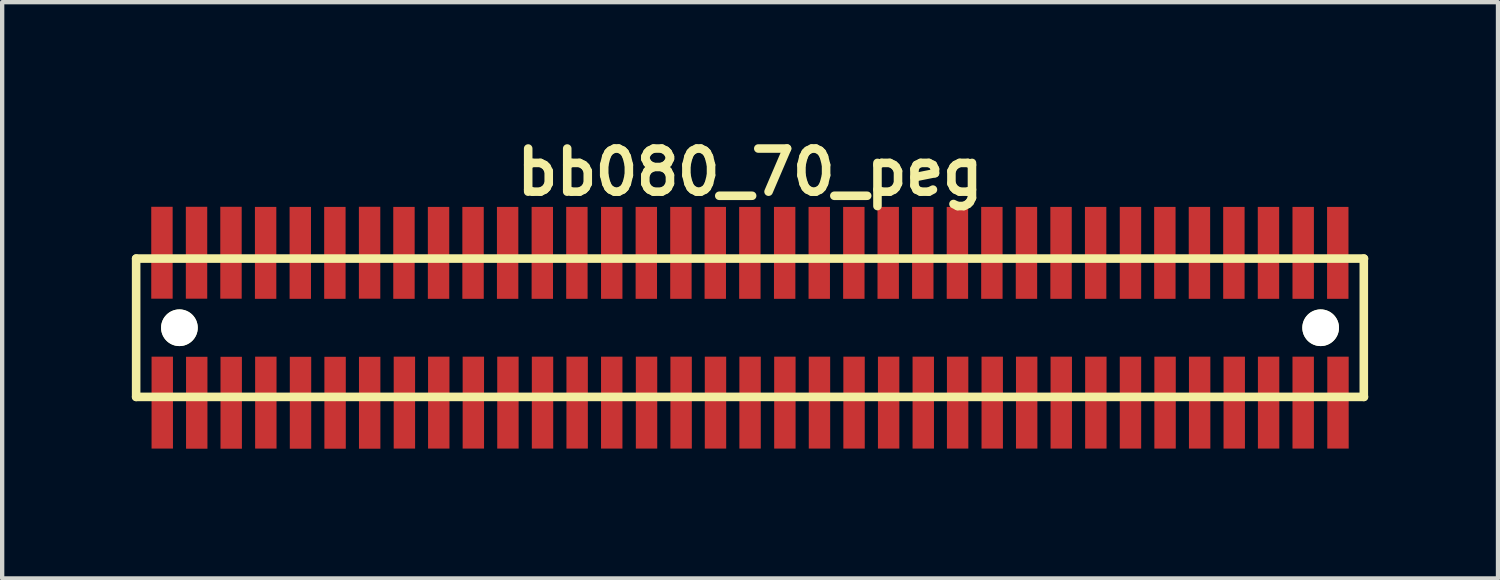
<source format=kicad_pcb>
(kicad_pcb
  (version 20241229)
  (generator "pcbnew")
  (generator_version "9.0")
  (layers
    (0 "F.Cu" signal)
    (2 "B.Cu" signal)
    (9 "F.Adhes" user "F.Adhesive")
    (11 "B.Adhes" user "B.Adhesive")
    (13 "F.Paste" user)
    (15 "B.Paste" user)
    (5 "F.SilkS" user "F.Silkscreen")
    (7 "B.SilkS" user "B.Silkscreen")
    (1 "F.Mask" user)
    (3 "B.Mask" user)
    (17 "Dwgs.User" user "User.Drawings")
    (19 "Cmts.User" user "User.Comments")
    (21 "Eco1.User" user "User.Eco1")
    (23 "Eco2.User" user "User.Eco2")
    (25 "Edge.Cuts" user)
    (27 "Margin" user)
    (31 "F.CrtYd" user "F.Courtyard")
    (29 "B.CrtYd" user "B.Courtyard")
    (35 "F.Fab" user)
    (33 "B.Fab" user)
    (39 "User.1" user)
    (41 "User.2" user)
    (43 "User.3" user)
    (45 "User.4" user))
  (footprint "bb080_70_peg"
    (layer "F.Cu")
    (at 14.3 4.531)
    (property "Reference" "bb080_70_peg" (at 0 -3.599 0) (layer "F.SilkS") (effects (font (size 0.998 0.998) (thickness 0.198))))
    (attr through_hole)
    (fp_line (start -14.201 -1.6) (end -14.201 1.6) (stroke (width 0.198) (type solid)) (layer "F.SilkS"))
    (fp_line (start -14.201 -1.6) (end 14.201 -1.6) (stroke (width 0.198) (type solid)) (layer "F.SilkS"))
    (fp_line (start 14.196 1.6) (end 14.196 -1.6) (stroke (width 0.198) (type solid)) (layer "F.SilkS"))
    (fp_line (start 14.201 1.6) (end -14.201 1.6) (stroke (width 0.198) (type solid)) (layer "F.SilkS"))
    (pad "" np_thru_hole circle (at -13.2 0) (size 0.848 0.848) (drill 0.848) (layers "*.Cu" "*.Mask" "F.SilkS"))
    (pad "" np_thru_hole circle (at 13.198 0) (size 0.848 0.848) (drill 0.848) (layers "*.Cu" "*.Mask" "F.SilkS"))
    (pad "1" smd rect (at -13.597 1.732) (size 0.495 2.126) (layers "F.Cu" "F.Mask" "F.Paste"))
    (pad "2" smd rect (at -13.604 -1.735) (size 0.495 2.126) (layers "F.Cu" "F.Mask" "F.Paste"))
    (pad "3" smd rect (at -12.799 1.735) (size 0.495 2.126) (layers "F.Cu" "F.Mask" "F.Paste"))
    (pad "4" smd rect (at -12.804 -1.735) (size 0.495 2.126) (layers "F.Cu" "F.Mask" "F.Paste"))
    (pad "5" smd rect (at -12.002 1.735) (size 0.495 2.126) (layers "F.Cu" "F.Mask" "F.Paste"))
    (pad "6" smd rect (at -12.007 -1.735) (size 0.495 2.126) (layers "F.Cu" "F.Mask" "F.Paste"))
    (pad "7" smd rect (at -11.201 1.732) (size 0.495 2.126) (layers "F.Cu" "F.Mask" "F.Paste"))
    (pad "8" smd rect (at -11.206 -1.732) (size 0.495 2.126) (layers "F.Cu" "F.Mask" "F.Paste"))
    (pad "9" smd rect (at -10.399 1.735) (size 0.495 2.126) (layers "F.Cu" "F.Mask" "F.Paste"))
    (pad "10" smd rect (at -10.404 -1.732) (size 0.495 2.126) (layers "F.Cu" "F.Mask" "F.Paste"))
    (pad "11" smd rect (at -9.599 1.735) (size 0.495 2.126) (layers "F.Cu" "F.Mask" "F.Paste"))
    (pad "12" smd rect (at -9.604 -1.732) (size 0.495 2.126) (layers "F.Cu" "F.Mask" "F.Paste"))
    (pad "13" smd rect (at -8.799 1.735) (size 0.495 2.126) (layers "F.Cu" "F.Mask" "F.Paste"))
    (pad "14" smd rect (at -8.801 -1.735) (size 0.495 2.126) (layers "F.Cu" "F.Mask" "F.Paste"))
    (pad "15" smd rect (at -7.996 1.732) (size 0.495 2.126) (layers "F.Cu" "F.Mask" "F.Paste"))
    (pad "16" smd rect (at -8.006 -1.732) (size 0.495 2.126) (layers "F.Cu" "F.Mask" "F.Paste"))
    (pad "17" smd rect (at -7.201 1.732) (size 0.495 2.126) (layers "F.Cu" "F.Mask" "F.Paste"))
    (pad "18" smd rect (at -7.206 -1.732) (size 0.495 2.126) (layers "F.Cu" "F.Mask" "F.Paste"))
    (pad "19" smd rect (at -6.401 1.732) (size 0.495 2.126) (layers "F.Cu" "F.Mask" "F.Paste"))
    (pad "20" smd rect (at -6.408 -1.732) (size 0.495 2.126) (layers "F.Cu" "F.Mask" "F.Paste"))
    (pad "21" smd rect (at -5.601 1.732) (size 0.495 2.126) (layers "F.Cu" "F.Mask" "F.Paste"))
    (pad "22" smd rect (at -5.608 -1.732) (size 0.495 2.126) (layers "F.Cu" "F.Mask" "F.Paste"))
    (pad "23" smd rect (at -4.801 1.732) (size 0.495 2.126) (layers "F.Cu" "F.Mask" "F.Paste"))
    (pad "24" smd rect (at -4.806 -1.732) (size 0.495 2.126) (layers "F.Cu" "F.Mask" "F.Paste"))
    (pad "25" smd rect (at -4 1.732) (size 0.495 2.126) (layers "F.Cu" "F.Mask" "F.Paste"))
    (pad "26" smd rect (at -4.006 -1.732) (size 0.495 2.126) (layers "F.Cu" "F.Mask" "F.Paste"))
    (pad "27" smd rect (at -3.2 1.732) (size 0.495 2.126) (layers "F.Cu" "F.Mask" "F.Paste"))
    (pad "28" smd rect (at -3.2 -1.732) (size 0.495 2.126) (layers "F.Cu" "F.Mask" "F.Paste"))
    (pad "29" smd rect (at -2.395 1.732) (size 0.495 2.126) (layers "F.Cu" "F.Mask" "F.Paste"))
    (pad "30" smd rect (at -2.4 -1.732) (size 0.495 2.126) (layers "F.Cu" "F.Mask" "F.Paste"))
    (pad "31" smd rect (at -1.595 1.732) (size 0.495 2.126) (layers "F.Cu" "F.Mask" "F.Paste"))
    (pad "32" smd rect (at -1.6 -1.732) (size 0.495 2.126) (layers "F.Cu" "F.Mask" "F.Paste"))
    (pad "33" smd rect (at -0.8 1.732) (size 0.495 2.126) (layers "F.Cu" "F.Mask" "F.Paste"))
    (pad "34" smd rect (at -0.805 -1.732) (size 0.495 2.126) (layers "F.Cu" "F.Mask" "F.Paste"))
    (pad "35" smd rect (at 0 1.732) (size 0.495 2.126) (layers "F.Cu" "F.Mask" "F.Paste"))
    (pad "36" smd rect (at -0.005 -1.732) (size 0.495 2.126) (layers "F.Cu" "F.Mask" "F.Paste"))
    (pad "37" smd rect (at 0.805 1.732) (size 0.495 2.126) (layers "F.Cu" "F.Mask" "F.Paste"))
    (pad "38" smd rect (at 0.8 -1.732) (size 0.495 2.126) (layers "F.Cu" "F.Mask" "F.Paste"))
    (pad "39" smd rect (at 1.605 1.732) (size 0.495 2.126) (layers "F.Cu" "F.Mask" "F.Paste"))
    (pad "40" smd rect (at 1.6 -1.732) (size 0.495 2.126) (layers "F.Cu" "F.Mask" "F.Paste"))
    (pad "41" smd rect (at 2.405 1.732) (size 0.495 2.126) (layers "F.Cu" "F.Mask" "F.Paste"))
    (pad "42" smd rect (at 2.4 -1.732) (size 0.495 2.126) (layers "F.Cu" "F.Mask" "F.Paste"))
    (pad "43" smd rect (at 3.205 1.732) (size 0.495 2.126) (layers "F.Cu" "F.Mask" "F.Paste"))
    (pad "44" smd rect (at 3.195 -1.732) (size 0.495 2.126) (layers "F.Cu" "F.Mask" "F.Paste"))
    (pad "45" smd rect (at 4.006 1.732) (size 0.495 2.126) (layers "F.Cu" "F.Mask" "F.Paste"))
    (pad "46" smd rect (at 3.995 -1.732) (size 0.495 2.126) (layers "F.Cu" "F.Mask" "F.Paste"))
    (pad "47" smd rect (at 4.801 1.732) (size 0.495 2.126) (layers "F.Cu" "F.Mask" "F.Paste"))
    (pad "48" smd rect (at 4.796 -1.732) (size 0.495 2.126) (layers "F.Cu" "F.Mask" "F.Paste"))
    (pad "49" smd rect (at 5.601 1.732) (size 0.495 2.126) (layers "F.Cu" "F.Mask" "F.Paste"))
    (pad "50" smd rect (at 5.593 -1.732) (size 0.495 2.126) (layers "F.Cu" "F.Mask" "F.Paste"))
    (pad "51" smd rect (at 6.398 1.732) (size 0.495 2.126) (layers "F.Cu" "F.Mask" "F.Paste"))
    (pad "52" smd rect (at 6.393 -1.732) (size 0.495 2.126) (layers "F.Cu" "F.Mask" "F.Paste"))
    (pad "53" smd rect (at 7.198 1.732) (size 0.495 2.126) (layers "F.Cu" "F.Mask" "F.Paste"))
    (pad "54" smd rect (at 7.193 -1.732) (size 0.495 2.126) (layers "F.Cu" "F.Mask" "F.Paste"))
    (pad "55" smd rect (at 7.998 1.732) (size 0.495 2.126) (layers "F.Cu" "F.Mask" "F.Paste"))
    (pad "56" smd rect (at 7.993 -1.732) (size 0.495 2.126) (layers "F.Cu" "F.Mask" "F.Paste"))
    (pad "57" smd rect (at 8.799 1.732) (size 0.495 2.126) (layers "F.Cu" "F.Mask" "F.Paste"))
    (pad "58" smd rect (at 8.799 -1.732) (size 0.495 2.126) (layers "F.Cu" "F.Mask" "F.Paste"))
    (pad "59" smd rect (at 9.599 1.732) (size 0.495 2.126) (layers "F.Cu" "F.Mask" "F.Paste"))
    (pad "60" smd rect (at 9.594 -1.732) (size 0.495 2.126) (layers "F.Cu" "F.Mask" "F.Paste"))
    (pad "61" smd rect (at 10.399 1.732) (size 0.495 2.126) (layers "F.Cu" "F.Mask" "F.Paste"))
    (pad "62" smd rect (at 10.394 -1.732) (size 0.495 2.126) (layers "F.Cu" "F.Mask" "F.Paste"))
    (pad "63" smd rect (at 11.199 1.732) (size 0.495 2.126) (layers "F.Cu" "F.Mask" "F.Paste"))
    (pad "64" smd rect (at 11.191 -1.732) (size 0.495 2.126) (layers "F.Cu" "F.Mask" "F.Paste"))
    (pad "65" smd rect (at 11.994 1.732) (size 0.495 2.126) (layers "F.Cu" "F.Mask" "F.Paste"))
    (pad "66" smd rect (at 11.991 -1.732) (size 0.495 2.126) (layers "F.Cu" "F.Mask" "F.Paste"))
    (pad "67" smd rect (at 12.794 1.732) (size 0.495 2.126) (layers "F.Cu" "F.Mask" "F.Paste"))
    (pad "68" smd rect (at 12.794 -1.732) (size 0.495 2.126) (layers "F.Cu" "F.Mask" "F.Paste"))
    (pad "69" smd rect (at 13.599 1.732) (size 0.495 2.126) (layers "F.Cu" "F.Mask" "F.Paste"))
    (pad "70" smd rect (at 13.594 -1.732) (size 0.495 2.126) (layers "F.Cu" "F.Mask" "F.Paste")))
  (gr_rect
    (start -3 -3)
    (end 31.6 10.329)
    (stroke (width 0.1) (type default))
    (fill no)
    (layer "Edge.Cuts")))
</source>
